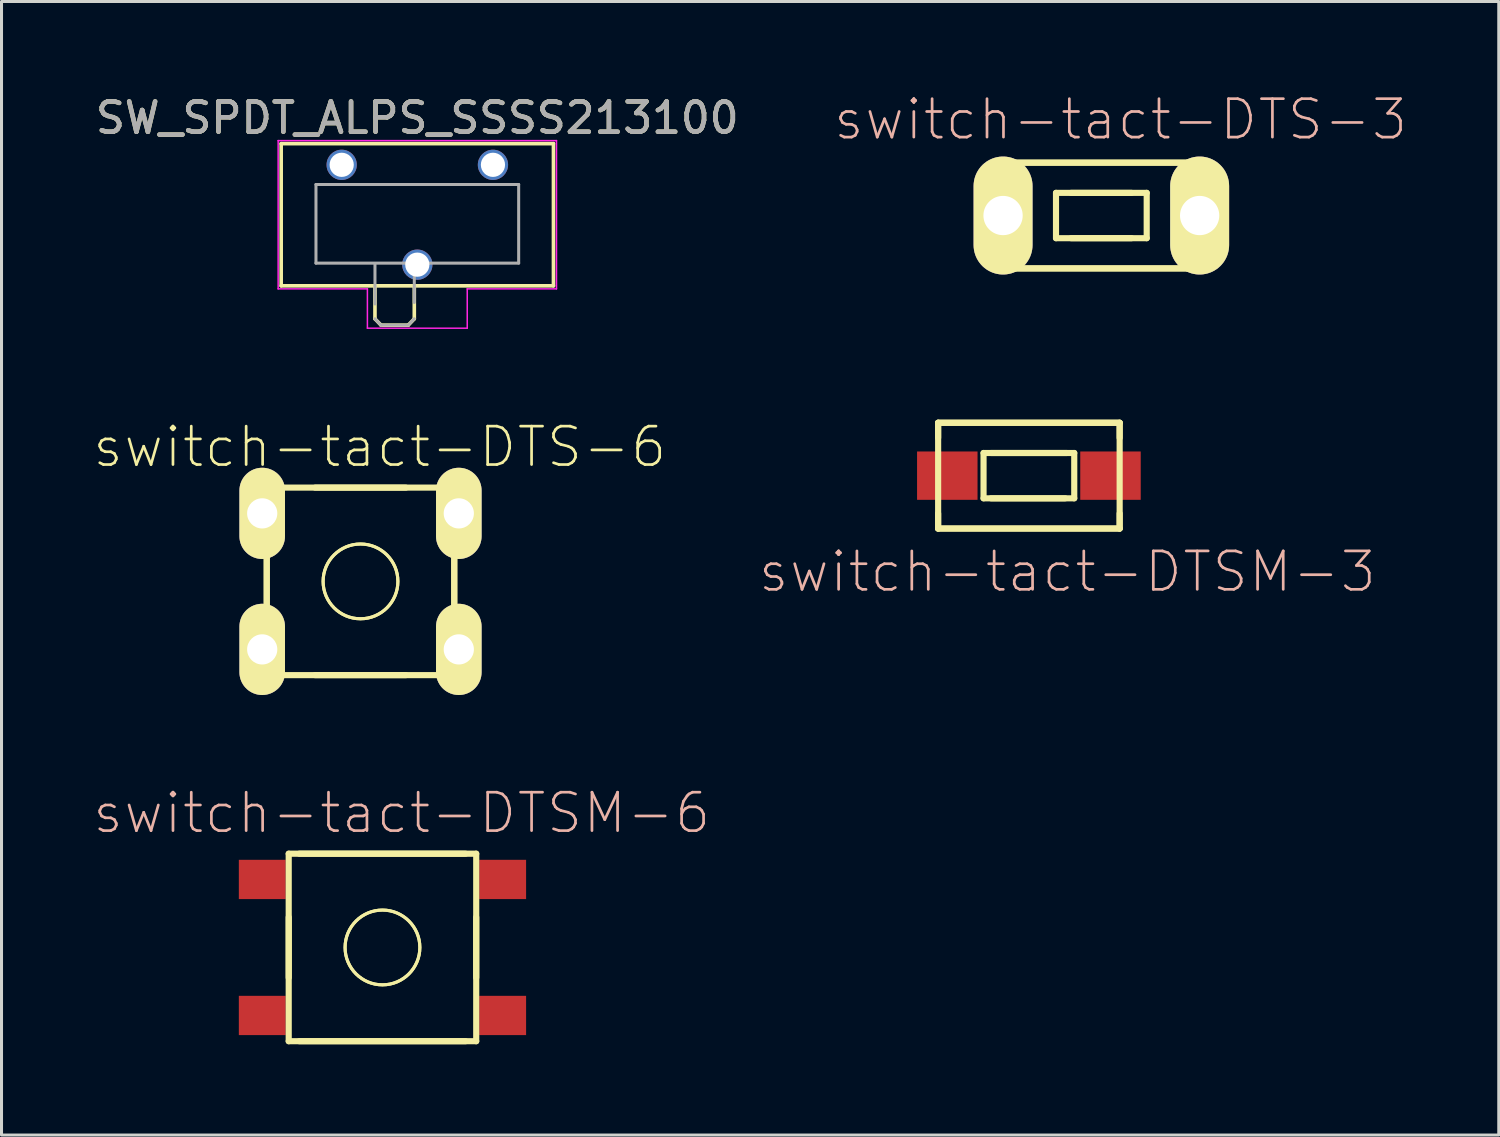
<source format=kicad_pcb>
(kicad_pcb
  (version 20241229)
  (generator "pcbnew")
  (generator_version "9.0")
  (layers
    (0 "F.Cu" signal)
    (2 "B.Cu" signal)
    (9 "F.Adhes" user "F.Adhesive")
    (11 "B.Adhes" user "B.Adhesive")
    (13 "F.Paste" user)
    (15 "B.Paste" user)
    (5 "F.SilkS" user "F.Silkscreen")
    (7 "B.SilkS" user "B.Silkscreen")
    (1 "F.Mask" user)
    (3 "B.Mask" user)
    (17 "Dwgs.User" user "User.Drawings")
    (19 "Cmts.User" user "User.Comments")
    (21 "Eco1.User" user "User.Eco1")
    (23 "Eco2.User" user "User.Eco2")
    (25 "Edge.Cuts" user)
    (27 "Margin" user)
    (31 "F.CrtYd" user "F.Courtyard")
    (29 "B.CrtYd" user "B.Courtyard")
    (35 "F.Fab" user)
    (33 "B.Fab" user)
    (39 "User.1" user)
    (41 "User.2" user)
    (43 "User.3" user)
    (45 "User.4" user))
  (footprint "SW_SPDT_ALPS_SSSS213100"
    (layer "F.Cu")
    (at 10.744 4.048)
    (property "Reference" "SW_SPDT_ALPS_SSSS213100" (at 0 -3.2 180) (layer "F.SilkS") (effects (font (size 1 1) (thickness 0.15))))
    (attr smd)
    (fp_line (start -4.5 -2.35) (end -4.5 2.35) (stroke (width 0.12) (type solid)) (layer "F.SilkS"))
    (fp_line (start -4.5 -2.35) (end 4.5 -2.35) (stroke (width 0.12) (type solid)) (layer "F.SilkS"))
    (fp_line (start -4.5 2.35) (end 4.5 2.35) (stroke (width 0.12) (type solid)) (layer "F.SilkS"))
    (fp_line (start -1.4 2.35) (end -1.4 3.44) (stroke (width 0.12) (type solid)) (layer "F.SilkS"))
    (fp_line (start -1.4 3.44) (end -1.2 3.65) (stroke (width 0.12) (type solid)) (layer "F.SilkS"))
    (fp_line (start -1.2 3.65) (end -0.3 3.65) (stroke (width 0.12) (type solid)) (layer "F.SilkS"))
    (fp_line (start -0.1 3.44) (end -0.3 3.65) (stroke (width 0.12) (type solid)) (layer "F.SilkS"))
    (fp_line (start -0.1 3.44) (end -0.1 2.35) (stroke (width 0.12) (type solid)) (layer "F.SilkS"))
    (fp_line (start 4.5 2.35) (end 4.5 -2.35) (stroke (width 0.12) (type solid)) (layer "F.SilkS"))
    (fp_line (start -4.6 -2.45) (end 4.6 -2.45) (stroke (width 0.05) (type solid)) (layer "F.CrtYd"))
    (fp_line (start -4.6 2.45) (end -4.6 -2.45) (stroke (width 0.05) (type solid)) (layer "F.CrtYd"))
    (fp_line (start -1.65 2.45) (end -4.6 2.45) (stroke (width 0.05) (type solid)) (layer "F.CrtYd"))
    (fp_line (start -1.65 3.75) (end -1.65 2.45) (stroke (width 0.05) (type solid)) (layer "F.CrtYd"))
    (fp_line (start 1.65 2.45) (end 1.65 3.75) (stroke (width 0.05) (type solid)) (layer "F.CrtYd"))
    (fp_line (start 1.65 3.75) (end -1.65 3.75) (stroke (width 0.05) (type solid)) (layer "F.CrtYd"))
    (fp_line (start 4.6 -2.45) (end 4.6 2.45) (stroke (width 0.05) (type solid)) (layer "F.CrtYd"))
    (fp_line (start 4.6 2.45) (end 1.65 2.45) (stroke (width 0.05) (type solid)) (layer "F.CrtYd"))
    (fp_line (start -3.35 -1) (end -3.35 1.6) (stroke (width 0.1) (type solid)) (layer "F.Fab"))
    (fp_line (start -3.35 1.6) (end 3.35 1.6) (stroke (width 0.1) (type solid)) (layer "F.Fab"))
    (fp_line (start -1.4 1.65) (end -1.4 2.95) (stroke (width 0.1) (type solid)) (layer "F.Fab"))
    (fp_line (start -1.4 3.44) (end -1.2 3.65) (stroke (width 0.1) (type solid)) (layer "F.Fab"))
    (fp_line (start -1.2 3.65) (end -0.35 3.65) (stroke (width 0.1) (type solid)) (layer "F.Fab"))
    (fp_line (start -0.3 3.65) (end -0.1 3.44) (stroke (width 0.1) (type solid)) (layer "F.Fab"))
    (fp_line (start -0.1 2.9) (end -0.1 1.6) (stroke (width 0.1) (type solid)) (layer "F.Fab"))
    (fp_line (start 3.35 -1) (end -3.35 -1) (stroke (width 0.1) (type solid)) (layer "F.Fab"))
    (fp_line (start 3.35 1.6) (end 3.35 -1) (stroke (width 0.1) (type solid)) (layer "F.Fab"))
    (fp_text user "${REFERENCE}" (at 0 -3.2 180) (layer "F.Fab") (effects (font (size 1 1) (thickness 0.15))))
    (pad "1" thru_hole circle (at -2.5 -1.65) (size 1 1) (drill 0.8) (layers "*.Cu" "*.Mask"))
    (pad "2" thru_hole circle (at 0 1.65) (size 1 1) (drill 0.8) (layers "*.Cu" "*.Mask"))
    (pad "3" thru_hole circle (at 2.5 -1.65) (size 1 1) (drill 0.8) (layers "*.Cu" "*.Mask")))
  (footprint "switch-tact-DTSM-6"
    (layer "F.Cu")
    (at 9.592 28.267)
    (property "Reference" "switch-tact-DTSM-6" (at 0.635 -4.445 0) (layer "B.SilkS") (effects (font (size 1.27 1.27) (thickness 0.089))))
    (attr smd)
    (fp_line (start -3.099 -3.099) (end 3.099 -3.099) (stroke (width 0.203) (type solid)) (layer "F.SilkS"))
    (fp_line (start -3.099 0.998) (end -3.099 -0.998) (stroke (width 0.203) (type solid)) (layer "F.SilkS"))
    (fp_line (start -3.099 3.099) (end -3.099 -3.099) (stroke (width 0.203) (type solid)) (layer "F.SilkS"))
    (fp_line (start 2.748 -3.099) (end -2.748 -3.099) (stroke (width 0.203) (type solid)) (layer "F.SilkS"))
    (fp_line (start 2.748 3.099) (end -2.748 3.099) (stroke (width 0.203) (type solid)) (layer "F.SilkS"))
    (fp_line (start 3.099 -3.099) (end 3.099 3.099) (stroke (width 0.203) (type solid)) (layer "F.SilkS"))
    (fp_line (start 3.099 0.998) (end 3.099 -0.998) (stroke (width 0.203) (type solid)) (layer "F.SilkS"))
    (fp_line (start 3.099 3.099) (end -3.099 3.099) (stroke (width 0.203) (type solid)) (layer "F.SilkS"))
    (fp_circle (center 0 0) (end -0.874 0.874) (stroke (width 0.102) (type solid)) (fill no) (layer "F.SilkS"))
    (fp_circle (center 0 0) (end -0.874 0.874) (stroke (width 0.102) (type solid)) (fill no) (layer "F.SilkS"))
    (pad "1" smd rect (at -3.973 -2.248) (size 1.549 1.298) (layers "F.Cu" "F.Mask" "F.Paste"))
    (pad "2" smd rect (at 3.973 -2.248) (size 1.549 1.298) (layers "F.Cu" "F.Mask" "F.Paste"))
    (pad "3" smd rect (at -3.973 2.248) (size 1.549 1.298) (layers "F.Cu" "F.Mask" "F.Paste"))
    (pad "4" smd rect (at 3.973 2.248) (size 1.549 1.298) (layers "F.Cu" "F.Mask" "F.Paste")))
  (footprint "switch-tact-DTS-6"
    (layer "F.Cu")
    (at 8.866 16.167)
    (property "Reference" "switch-tact-DTS-6" (at 0.635 -4.445 0) (layer "F.SilkS") (effects (font (size 1.27 1.27) (thickness 0.089))))
    (attr exclude_from_pos_files exclude_from_bom)
    (fp_line (start -3.099 -3.099) (end 3.099 -3.099) (stroke (width 0.203) (type solid)) (layer "F.SilkS"))
    (fp_line (start -3.099 0.998) (end -3.099 -0.998) (stroke (width 0.203) (type solid)) (layer "F.SilkS"))
    (fp_line (start -3.099 3.099) (end -3.099 -3.099) (stroke (width 0.203) (type solid)) (layer "F.SilkS"))
    (fp_line (start 1.499 -3.099) (end -1.499 -3.099) (stroke (width 0.203) (type solid)) (layer "F.SilkS"))
    (fp_line (start 1.499 3.099) (end -1.499 3.099) (stroke (width 0.203) (type solid)) (layer "F.SilkS"))
    (fp_line (start 3.099 -3.099) (end 3.099 3.099) (stroke (width 0.203) (type solid)) (layer "F.SilkS"))
    (fp_line (start 3.099 0.998) (end 3.099 -0.998) (stroke (width 0.203) (type solid)) (layer "F.SilkS"))
    (fp_line (start 3.099 3.099) (end -3.099 3.099) (stroke (width 0.203) (type solid)) (layer "F.SilkS"))
    (fp_circle (center 0 0) (end -0.874 0.874) (stroke (width 0.102) (type solid)) (fill no) (layer "F.SilkS"))
    (fp_circle (center 0 0) (end -0.874 0.874) (stroke (width 0.102) (type solid)) (fill no) (layer "F.SilkS"))
    (fp_line (start 0 0) (end -1.27 0) (stroke (width 0.15) (type solid)) (layer "Eco1.User"))
    (fp_line (start 0 0) (end 0 -1.27) (stroke (width 0.15) (type solid)) (layer "Eco1.User"))
    (fp_line (start 0 0) (end 0 1.27) (stroke (width 0.15) (type solid)) (layer "Eco1.User"))
    (fp_line (start 0 0) (end 1.27 0) (stroke (width 0.15) (type solid)) (layer "Eco1.User"))
    (pad "1" thru_hole oval (at -3.249 -2.248) (size 1.506 3.015) (drill 0.998) (layers "*.Cu" "*.Mask" "F.SilkS" "F.Paste"))
    (pad "2" thru_hole oval (at 3.249 -2.248) (size 1.506 3.015) (drill 0.998) (layers "*.Cu" "*.Mask" "F.SilkS" "F.Paste"))
    (pad "3" thru_hole oval (at -3.249 2.248) (size 1.506 3.015) (drill 0.998) (layers "*.Cu" "*.Mask" "F.SilkS" "F.Paste"))
    (pad "4" thru_hole oval (at 3.249 2.248) (size 1.506 3.015) (drill 0.998) (layers "*.Cu" "*.Mask" "F.SilkS" "F.Paste")))
  (footprint "switch-tact-DTS-3"
    (layer "F.Cu")
    (at 33.354 4.074)
    (property "Reference" "switch-tact-DTS-3" (at 0.635 -3.175 0) (layer "B.SilkS") (effects (font (size 1.27 1.27) (thickness 0.089))))
    (attr exclude_from_pos_files exclude_from_bom)
    (fp_line (start -3 -1.748) (end -3 -1.499) (stroke (width 0.203) (type solid)) (layer "F.SilkS"))
    (fp_line (start -3 -1.748) (end 3 -1.748) (stroke (width 0.203) (type solid)) (layer "F.SilkS"))
    (fp_line (start -3 -1.748) (end 3 -1.748) (stroke (width 0.203) (type solid)) (layer "F.SilkS"))
    (fp_line (start -3 1.748) (end -3 -1.748) (stroke (width 0.203) (type solid)) (layer "F.SilkS"))
    (fp_line (start -3 1.748) (end -3 1.499) (stroke (width 0.203) (type solid)) (layer "F.SilkS"))
    (fp_line (start -1.499 -0.749) (end 1.499 -0.749) (stroke (width 0.203) (type solid)) (layer "F.SilkS"))
    (fp_line (start -1.499 0.749) (end -1.499 -0.749) (stroke (width 0.203) (type solid)) (layer "F.SilkS"))
    (fp_line (start -0.998 -0.749) (end 0.998 -0.749) (stroke (width 0.203) (type solid)) (layer "F.SilkS"))
    (fp_line (start -0.998 0.749) (end 0.998 0.749) (stroke (width 0.203) (type solid)) (layer "F.SilkS"))
    (fp_line (start 1.499 -0.749) (end 1.499 0.749) (stroke (width 0.203) (type solid)) (layer "F.SilkS"))
    (fp_line (start 1.499 0.749) (end -1.499 0.749) (stroke (width 0.203) (type solid)) (layer "F.SilkS"))
    (fp_line (start 3 -1.748) (end 3 -1.499) (stroke (width 0.203) (type solid)) (layer "F.SilkS"))
    (fp_line (start 3 -1.748) (end 3 1.748) (stroke (width 0.203) (type solid)) (layer "F.SilkS"))
    (fp_line (start 3 1.499) (end 3 1.748) (stroke (width 0.203) (type solid)) (layer "F.SilkS"))
    (fp_line (start 3 1.748) (end -3 1.748) (stroke (width 0.203) (type solid)) (layer "F.SilkS"))
    (fp_line (start 3 1.748) (end -3 1.748) (stroke (width 0.203) (type solid)) (layer "F.SilkS"))
    (pad "1" thru_hole oval (at -3.249 0) (size 1.948 3.899) (drill 1.298) (layers "*.Cu" "F.Mask" "F.SilkS" "F.Paste"))
    (pad "2" thru_hole oval (at 3.249 0) (size 1.948 3.899) (drill 1.298) (layers "*.Cu" "F.Mask" "F.SilkS" "F.Paste")))
  (footprint "switch-tact-DTSM-3"
    (layer "F.Cu")
    (at 30.959 12.672)
    (property "Reference" "switch-tact-DTSM-3" (at 1.27 3.175 0) (layer "B.SilkS") (effects (font (size 1.27 1.27) (thickness 0.089))))
    (attr smd)
    (fp_line (start -3 -1.748) (end -3 -1.25) (stroke (width 0.203) (type solid)) (layer "F.SilkS"))
    (fp_line (start -3 -1.748) (end 3 -1.748) (stroke (width 0.203) (type solid)) (layer "F.SilkS"))
    (fp_line (start -3 -1.748) (end 3 -1.748) (stroke (width 0.203) (type solid)) (layer "F.SilkS"))
    (fp_line (start -3 1.748) (end -3 -1.748) (stroke (width 0.203) (type solid)) (layer "F.SilkS"))
    (fp_line (start -3 1.748) (end -3 1.25) (stroke (width 0.203) (type solid)) (layer "F.SilkS"))
    (fp_line (start -1.499 -0.749) (end 1.499 -0.749) (stroke (width 0.203) (type solid)) (layer "F.SilkS"))
    (fp_line (start -1.499 0.749) (end -1.499 -0.749) (stroke (width 0.203) (type solid)) (layer "F.SilkS"))
    (fp_line (start -1.25 -0.749) (end 1.25 -0.749) (stroke (width 0.203) (type solid)) (layer "F.SilkS"))
    (fp_line (start -1.25 0.749) (end 1.199 0.749) (stroke (width 0.203) (type solid)) (layer "F.SilkS"))
    (fp_line (start 1.499 -0.749) (end 1.499 0.749) (stroke (width 0.203) (type solid)) (layer "F.SilkS"))
    (fp_line (start 1.499 0.749) (end -1.499 0.749) (stroke (width 0.203) (type solid)) (layer "F.SilkS"))
    (fp_line (start 3 -1.748) (end 3 -1.25) (stroke (width 0.203) (type solid)) (layer "F.SilkS"))
    (fp_line (start 3 -1.748) (end 3 1.748) (stroke (width 0.203) (type solid)) (layer "F.SilkS"))
    (fp_line (start 3 1.25) (end 3 1.748) (stroke (width 0.203) (type solid)) (layer "F.SilkS"))
    (fp_line (start 3 1.748) (end -3 1.748) (stroke (width 0.203) (type solid)) (layer "F.SilkS"))
    (fp_line (start 3 1.748) (end -3 1.748) (stroke (width 0.203) (type solid)) (layer "F.SilkS"))
    (pad "1" smd rect (at -2.697 0) (size 1.999 1.598) (layers "F.Cu" "F.Mask" "F.Paste"))
    (pad "2" smd rect (at 2.697 0) (size 1.999 1.598) (layers "F.Cu" "F.Mask" "F.Paste")))
  (gr_rect
    (start -3 -3)
    (end 46.49 34.467)
    (stroke (width 0.1) (type default))
    (fill no)
    (layer "Edge.Cuts")))
</source>
